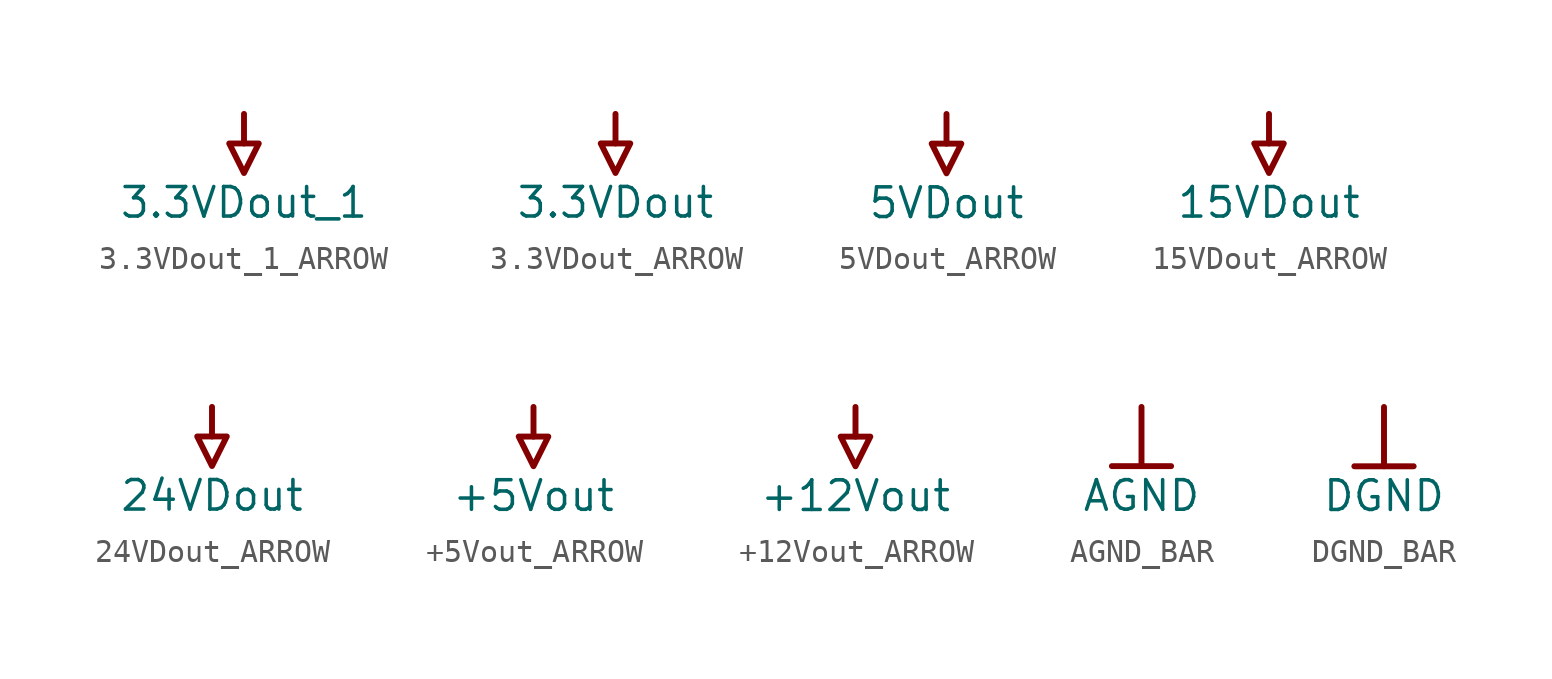
<source format=kicad_sym>
(kicad_symbol_lib
  (version 20241209)
  (generator "kicad_symbol_editor")
  (generator_version "9.0")
  (symbol "3.3VDout_1_ARROW"
    (power)
    (property "Reference" "#PWR"
      (at 0 0 0)
      (effects (font (size 1.27 1.27)) (hide yes)))
    (property "Value" "3.3VDout_1"
      (at 0 -3.81 0)
      (effects (font (size 1.27 1.27))))
    (symbol "3.3VDout_1_ARROW_0_0"
      (polyline (pts (xy -0.635 -1.27) (xy 0.635 -1.27) (xy 0 -2.54) (xy -0.635 -1.27)) (stroke (width 0.254) (type solid)) (fill (type none)))
      (polyline (pts (xy 0 0) (xy 0 -1.27)) (stroke (width 0.254) (type solid)) (fill (type none)))
      (pin power_in line (at 0 0 0) (length 0) (hide yes) (name "3.3VDout_1" (effects (font (size 1.27 1.27)))) (number "" (effects (font (size 1.27 1.27)))))))
  (symbol "3.3VDout_ARROW"
    (power)
    (property "Reference" "#PWR"
      (at 0 0 0)
      (effects (font (size 1.27 1.27)) (hide yes)))
    (property "Value" "3.3VDout"
      (at 0 -3.81 0)
      (effects (font (size 1.27 1.27))))
    (symbol "3.3VDout_ARROW_0_0"
      (polyline (pts (xy -0.635 -1.27) (xy 0.635 -1.27) (xy 0 -2.54) (xy -0.635 -1.27)) (stroke (width 0.254) (type solid)) (fill (type none)))
      (polyline (pts (xy 0 0) (xy 0 -1.27)) (stroke (width 0.254) (type solid)) (fill (type none)))
      (pin power_in line (at 0 0 0) (length 0) (hide yes) (name "3.3VDout" (effects (font (size 1.27 1.27)))) (number "" (effects (font (size 1.27 1.27)))))))
  (symbol "5VDout_ARROW"
    (power)
    (property "Reference" "#PWR"
      (at 0 0 0)
      (effects (font (size 1.27 1.27)) (hide yes)))
    (property "Value" "5VDout"
      (at 0 -3.81 0)
      (effects (font (size 1.27 1.27))))
    (symbol "5VDout_ARROW_0_0"
      (polyline (pts (xy -0.635 -1.27) (xy 0.635 -1.27) (xy 0 -2.54) (xy -0.635 -1.27)) (stroke (width 0.254) (type solid)) (fill (type none)))
      (polyline (pts (xy 0 0) (xy 0 -1.27)) (stroke (width 0.254) (type solid)) (fill (type none)))
      (pin power_in line (at 0 0 0) (length 0) (hide yes) (name "5VDout" (effects (font (size 1.27 1.27)))) (number "" (effects (font (size 1.27 1.27)))))))
  (symbol "15VDout_ARROW"
    (power)
    (property "Reference" "#PWR"
      (at 0 0 0)
      (effects (font (size 1.27 1.27)) (hide yes)))
    (property "Value" "15VDout"
      (at 0 -3.81 0)
      (effects (font (size 1.27 1.27))))
    (symbol "15VDout_ARROW_0_0"
      (polyline (pts (xy -0.635 -1.27) (xy 0.635 -1.27) (xy 0 -2.54) (xy -0.635 -1.27)) (stroke (width 0.254) (type solid)) (fill (type none)))
      (polyline (pts (xy 0 0) (xy 0 -1.27)) (stroke (width 0.254) (type solid)) (fill (type none)))
      (pin power_in line (at 0 0 0) (length 0) (hide yes) (name "15VDout" (effects (font (size 1.27 1.27)))) (number "" (effects (font (size 1.27 1.27)))))))
  (symbol "24VDout_ARROW"
    (power)
    (property "Reference" "#PWR"
      (at 0 0 0)
      (effects (font (size 1.27 1.27)) (hide yes)))
    (property "Value" "24VDout"
      (at 0 -3.81 0)
      (effects (font (size 1.27 1.27))))
    (symbol "24VDout_ARROW_0_0"
      (polyline (pts (xy -0.635 -1.27) (xy 0.635 -1.27) (xy 0 -2.54) (xy -0.635 -1.27)) (stroke (width 0.254) (type solid)) (fill (type none)))
      (polyline (pts (xy 0 0) (xy 0 -1.27)) (stroke (width 0.254) (type solid)) (fill (type none)))
      (pin power_in line (at 0 0 0) (length 0) (hide yes) (name "24VDout" (effects (font (size 1.27 1.27)))) (number "" (effects (font (size 1.27 1.27)))))))
  (symbol "+5Vout_ARROW"
    (power)
    (property "Reference" "#PWR"
      (at 0 0 0)
      (effects (font (size 1.27 1.27)) (hide yes)))
    (property "Value" "+5Vout"
      (at 0 -3.81 0)
      (effects (font (size 1.27 1.27))))
    (symbol "+5Vout_ARROW_0_0"
      (polyline (pts (xy -0.635 -1.27) (xy 0.635 -1.27) (xy 0 -2.54) (xy -0.635 -1.27)) (stroke (width 0.254) (type solid)) (fill (type none)))
      (polyline (pts (xy 0 0) (xy 0 -1.27)) (stroke (width 0.254) (type solid)) (fill (type none)))
      (pin power_in line (at 0 0 0) (length 0) (hide yes) (name "+5Vout" (effects (font (size 1.27 1.27)))) (number "" (effects (font (size 1.27 1.27)))))))
  (symbol "+12Vout_ARROW"
    (power)
    (property "Reference" "#PWR"
      (at 0 0 0)
      (effects (font (size 1.27 1.27)) (hide yes)))
    (property "Value" "+12Vout"
      (at 0 -3.81 0)
      (effects (font (size 1.27 1.27))))
    (symbol "+12Vout_ARROW_0_0"
      (polyline (pts (xy -0.635 -1.27) (xy 0.635 -1.27) (xy 0 -2.54) (xy -0.635 -1.27)) (stroke (width 0.254) (type solid)) (fill (type none)))
      (polyline (pts (xy 0 0) (xy 0 -1.27)) (stroke (width 0.254) (type solid)) (fill (type none)))
      (pin power_in line (at 0 0 0) (length 0) (hide yes) (name "+12Vout" (effects (font (size 1.27 1.27)))) (number "" (effects (font (size 1.27 1.27)))))))
  (symbol "AGND_BAR"
    (power)
    (property "Reference" "#PWR"
      (at 0 0 0)
      (effects (font (size 1.27 1.27)) (hide yes)))
    (property "Value" "AGND"
      (at 0 -3.81 0)
      (effects (font (size 1.27 1.27))))
    (symbol "AGND_BAR_0_0"
      (polyline (pts (xy -1.27 -2.54) (xy 1.27 -2.54)) (stroke (width 0.254) (type solid)) (fill (type none)))
      (polyline (pts (xy 0 0) (xy 0 -2.54)) (stroke (width 0.254) (type solid)) (fill (type none)))
      (pin power_in line (at 0 0 0) (length 0) (hide yes) (name "AGND" (effects (font (size 1.27 1.27)))) (number "" (effects (font (size 1.27 1.27)))))))
  (symbol "DGND_BAR"
    (power)
    (property "Reference" "#PWR"
      (at 0 0 0)
      (effects (font (size 1.27 1.27)) (hide yes)))
    (property "Value" "DGND"
      (at 0 -3.81 0)
      (effects (font (size 1.27 1.27))))
    (symbol "DGND_BAR_0_0"
      (polyline (pts (xy -1.27 -2.54) (xy 1.27 -2.54)) (stroke (width 0.254) (type solid)) (fill (type none)))
      (polyline (pts (xy 0 0) (xy 0 -2.54)) (stroke (width 0.254) (type solid)) (fill (type none)))
      (pin power_in line (at 0 0 0) (length 0) (hide yes) (name "DGND" (effects (font (size 1.27 1.27)))) (number "" (effects (font (size 1.27 1.27))))))))
</source>
